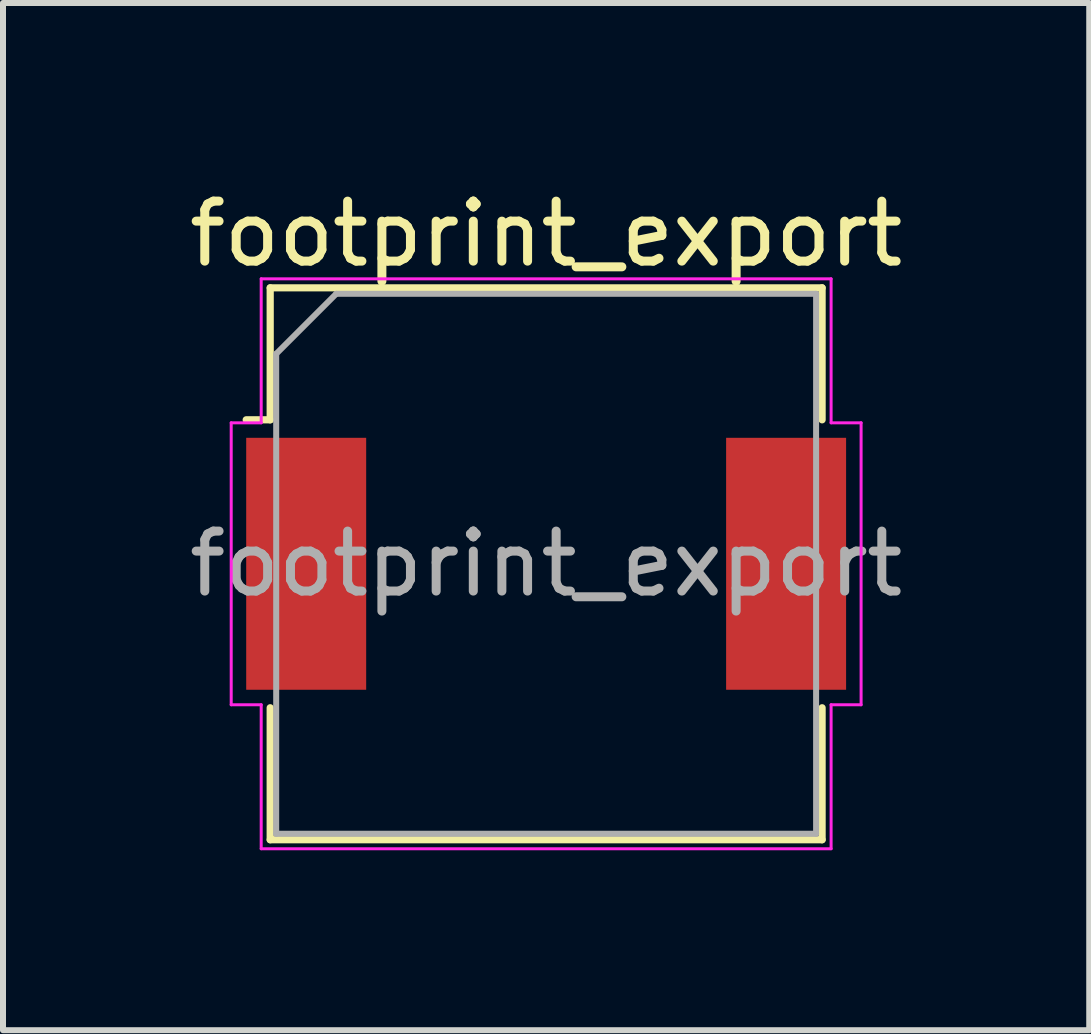
<source format=kicad_pcb>
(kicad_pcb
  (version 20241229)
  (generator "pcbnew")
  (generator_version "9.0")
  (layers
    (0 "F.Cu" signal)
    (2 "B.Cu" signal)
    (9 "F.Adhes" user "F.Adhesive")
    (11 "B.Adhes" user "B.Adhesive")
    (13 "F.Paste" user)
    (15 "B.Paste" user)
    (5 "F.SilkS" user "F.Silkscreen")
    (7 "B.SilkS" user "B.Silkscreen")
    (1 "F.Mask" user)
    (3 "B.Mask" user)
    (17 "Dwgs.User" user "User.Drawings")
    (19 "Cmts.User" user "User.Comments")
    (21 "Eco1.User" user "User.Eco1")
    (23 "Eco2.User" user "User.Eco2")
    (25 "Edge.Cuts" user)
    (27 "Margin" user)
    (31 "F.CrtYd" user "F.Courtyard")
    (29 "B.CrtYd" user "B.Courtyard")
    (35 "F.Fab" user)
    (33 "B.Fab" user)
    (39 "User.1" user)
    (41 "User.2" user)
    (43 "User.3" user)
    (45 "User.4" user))
  (footprint "footprint_export"
    (layer "F.Cu")
    (at 6.054 6.348)
    (property "Reference" "footprint_export" (at 0 -5.5 0) (layer "F.SilkS") (effects (font (size 1 1) (thickness 0.15))))
    (attr smd)
    (fp_line (start -4.6 -4.6) (end -4.6 -2.4) (stroke (width 0.12) (type solid)) (layer "F.SilkS"))
    (fp_line (start -4.6 -4.6) (end 4.6 -4.6) (stroke (width 0.12) (type solid)) (layer "F.SilkS"))
    (fp_line (start -4.6 -2.4) (end -5 -2.4) (stroke (width 0.12) (type solid)) (layer "F.SilkS"))
    (fp_line (start -4.6 2.4) (end -4.6 4.6) (stroke (width 0.12) (type solid)) (layer "F.SilkS"))
    (fp_line (start 4.6 -4.6) (end 4.6 -2.4) (stroke (width 0.12) (type solid)) (layer "F.SilkS"))
    (fp_line (start 4.6 2.4) (end 4.6 4.6) (stroke (width 0.12) (type solid)) (layer "F.SilkS"))
    (fp_line (start 4.6 4.6) (end -4.6 4.6) (stroke (width 0.12) (type solid)) (layer "F.SilkS"))
    (fp_line (start -5.25 -2.35) (end -4.75 -2.35) (stroke (width 0.05) (type solid)) (layer "F.CrtYd"))
    (fp_line (start -5.25 2.35) (end -5.25 -2.35) (stroke (width 0.05) (type solid)) (layer "F.CrtYd"))
    (fp_line (start -4.75 -4.75) (end 4.75 -4.75) (stroke (width 0.05) (type solid)) (layer "F.CrtYd"))
    (fp_line (start -4.75 -2.35) (end -4.75 -4.75) (stroke (width 0.05) (type solid)) (layer "F.CrtYd"))
    (fp_line (start -4.75 2.35) (end -5.25 2.35) (stroke (width 0.05) (type solid)) (layer "F.CrtYd"))
    (fp_line (start -4.75 4.75) (end -4.75 2.35) (stroke (width 0.05) (type solid)) (layer "F.CrtYd"))
    (fp_line (start 4.75 -4.75) (end 4.75 -2.35) (stroke (width 0.05) (type solid)) (layer "F.CrtYd"))
    (fp_line (start 4.75 -2.35) (end 5.25 -2.35) (stroke (width 0.05) (type solid)) (layer "F.CrtYd"))
    (fp_line (start 4.75 2.35) (end 4.75 4.75) (stroke (width 0.05) (type solid)) (layer "F.CrtYd"))
    (fp_line (start 4.75 4.75) (end -4.75 4.75) (stroke (width 0.05) (type solid)) (layer "F.CrtYd"))
    (fp_line (start 5.25 -2.35) (end 5.25 2.35) (stroke (width 0.05) (type solid)) (layer "F.CrtYd"))
    (fp_line (start 5.25 2.35) (end 4.75 2.35) (stroke (width 0.05) (type solid)) (layer "F.CrtYd"))
    (fp_line (start -4.5 -3.5) (end -4.5 4.5) (stroke (width 0.1) (type solid)) (layer "F.Fab"))
    (fp_line (start -4.5 4.5) (end 4.5 4.5) (stroke (width 0.1) (type solid)) (layer "F.Fab"))
    (fp_line (start -3.5 -4.5) (end -4.5 -3.5) (stroke (width 0.1) (type solid)) (layer "F.Fab"))
    (fp_line (start 4.5 -4.5) (end -3.5 -4.5) (stroke (width 0.1) (type solid)) (layer "F.Fab"))
    (fp_line (start 4.5 4.5) (end 4.5 -4.5) (stroke (width 0.1) (type solid)) (layer "F.Fab"))
    (fp_text user "${REFERENCE}" (at 0 0 0) (layer "F.Fab") (effects (font (size 1 1) (thickness 0.15))))
    (pad "1" smd rect (at -4 0) (size 2 4.2) (layers "F.Cu" "F.Mask" "F.Paste"))
    (pad "2" smd rect (at 4 0) (size 2 4.2) (layers "F.Cu" "F.Mask" "F.Paste")))
  (gr_rect
    (start -3 -3)
    (end 15.107 14.123)
    (stroke (width 0.1) (type default))
    (fill no)
    (layer "Edge.Cuts")))
</source>
